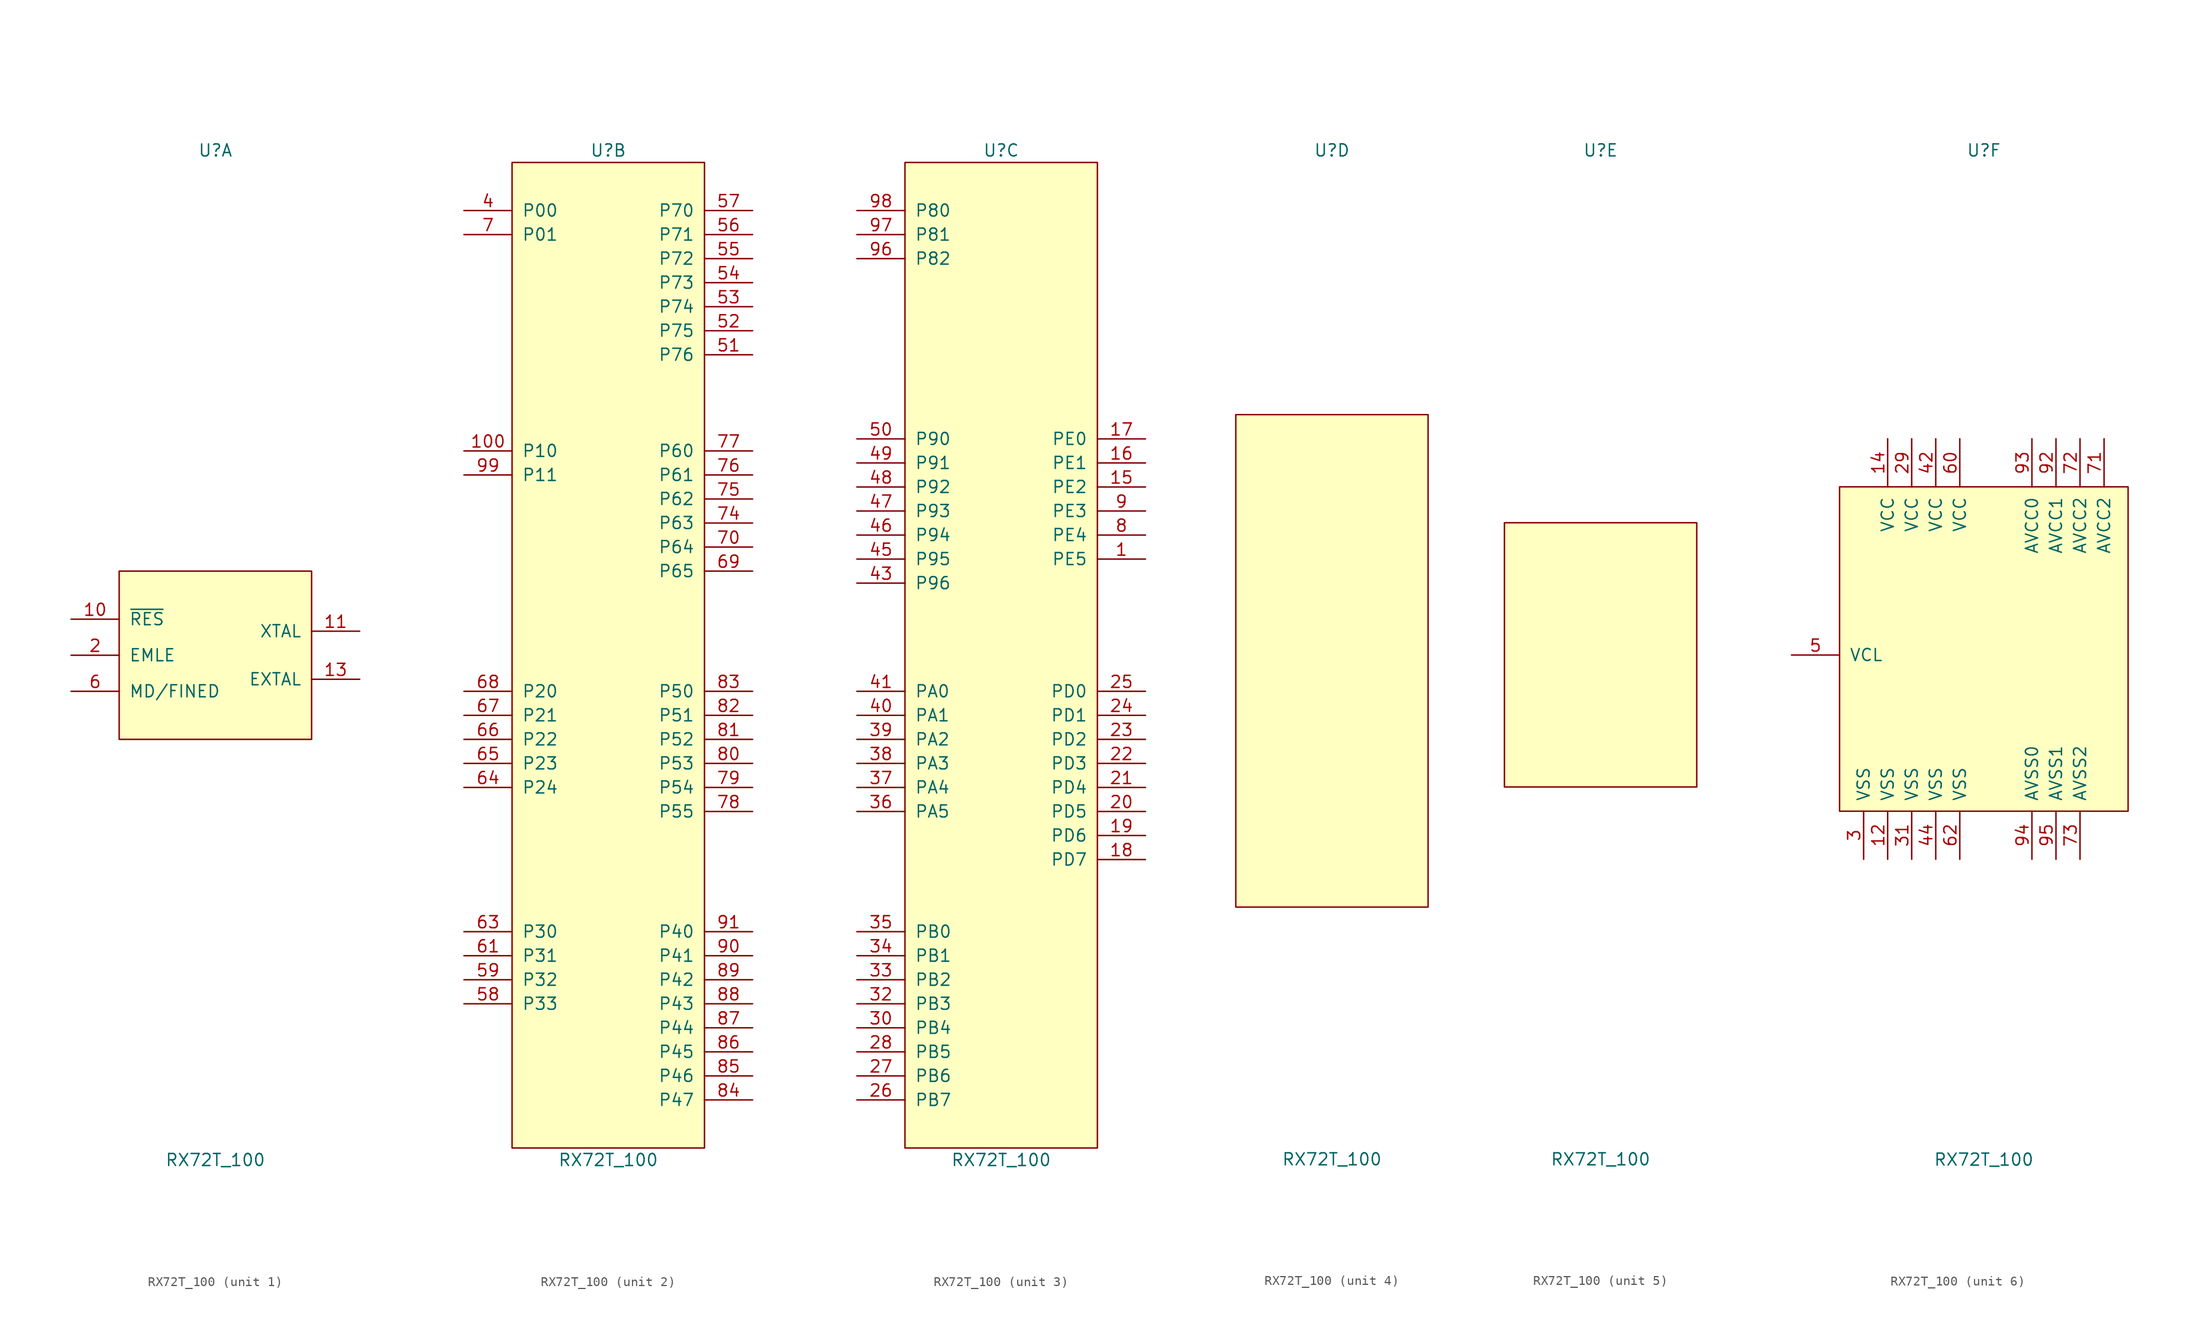
<source format=kicad_sym>
(kicad_symbol_lib
  (version 20211014)
  (generator kicad_symbol_editor)
  (symbol "RX72T_100"
    (pin_names
      (offset 1.016))
    (property "Reference" "U"
      (at 0 53.34 0)
      (effects (font (size 1.27 1.27))))
    (property "Value" "RX72T_100"
      (at 0 -53.34 0)
      (effects (font (size 1.27 1.27))))
    (property "ki_locked" ""
      (at 0 0 0)
      (effects (font (size 1.27 1.27))))
    (symbol "RX72T_100_1_1"
      (rectangle (start -10.16 8.89) (end 10.16 -8.89) (stroke (width 0) (type default) (color 0 0 0 0)) (fill (type background)))
      (pin input line (at -15.24 3.81 0) (length 5.08) (name "~{RES}" (effects (font (size 1.27 1.27)))) (number "10" (effects (font (size 1.27 1.27)))))
      (pin passive line (at 15.24 2.54 180) (length 5.08) (name "XTAL" (effects (font (size 1.27 1.27)))) (number "11" (effects (font (size 1.27 1.27)))))
      (pin passive line (at 15.24 -2.54 180) (length 5.08) (name "EXTAL" (effects (font (size 1.27 1.27)))) (number "13" (effects (font (size 1.27 1.27)))))
      (pin bidirectional line (at -15.24 0 0) (length 5.08) (name "EMLE" (effects (font (size 1.27 1.27)))) (number "2" (effects (font (size 1.27 1.27)))))
      (pin bidirectional line (at -15.24 -3.81 0) (length 5.08) (name "MD/FINED" (effects (font (size 1.27 1.27)))) (number "6" (effects (font (size 1.27 1.27))))))
    (symbol "RX72T_100_2_1"
      (rectangle (start -10.16 52.07) (end 10.16 -52.07) (stroke (width 0) (type default) (color 0 0 0 0)) (fill (type background)))
      (pin bidirectional line (at -15.24 21.59 0) (length 5.08) (name "P10" (effects (font (size 1.27 1.27)))) (number "100" (effects (font (size 1.27 1.27)))))
      (pin bidirectional line (at -15.24 46.99 0) (length 5.08) (name "P00" (effects (font (size 1.27 1.27)))) (number "4" (effects (font (size 1.27 1.27)))))
      (pin bidirectional line (at 15.24 31.75 180) (length 5.08) (name "P76" (effects (font (size 1.27 1.27)))) (number "51" (effects (font (size 1.27 1.27)))))
      (pin bidirectional line (at 15.24 34.29 180) (length 5.08) (name "P75" (effects (font (size 1.27 1.27)))) (number "52" (effects (font (size 1.27 1.27)))))
      (pin bidirectional line (at 15.24 36.83 180) (length 5.08) (name "P74" (effects (font (size 1.27 1.27)))) (number "53" (effects (font (size 1.27 1.27)))))
      (pin bidirectional line (at 15.24 39.37 180) (length 5.08) (name "P73" (effects (font (size 1.27 1.27)))) (number "54" (effects (font (size 1.27 1.27)))))
      (pin bidirectional line (at 15.24 41.91 180) (length 5.08) (name "P72" (effects (font (size 1.27 1.27)))) (number "55" (effects (font (size 1.27 1.27)))))
      (pin bidirectional line (at 15.24 44.45 180) (length 5.08) (name "P71" (effects (font (size 1.27 1.27)))) (number "56" (effects (font (size 1.27 1.27)))))
      (pin bidirectional line (at 15.24 46.99 180) (length 5.08) (name "P70" (effects (font (size 1.27 1.27)))) (number "57" (effects (font (size 1.27 1.27)))))
      (pin bidirectional line (at -15.24 -36.83 0) (length 5.08) (name "P33" (effects (font (size 1.27 1.27)))) (number "58" (effects (font (size 1.27 1.27)))))
      (pin bidirectional line (at -15.24 -34.29 0) (length 5.08) (name "P32" (effects (font (size 1.27 1.27)))) (number "59" (effects (font (size 1.27 1.27)))))
      (pin bidirectional line (at -15.24 -31.75 0) (length 5.08) (name "P31" (effects (font (size 1.27 1.27)))) (number "61" (effects (font (size 1.27 1.27)))))
      (pin bidirectional line (at -15.24 -29.21 0) (length 5.08) (name "P30" (effects (font (size 1.27 1.27)))) (number "63" (effects (font (size 1.27 1.27)))))
      (pin bidirectional line (at -15.24 -13.97 0) (length 5.08) (name "P24" (effects (font (size 1.27 1.27)))) (number "64" (effects (font (size 1.27 1.27)))))
      (pin bidirectional line (at -15.24 -11.43 0) (length 5.08) (name "P23" (effects (font (size 1.27 1.27)))) (number "65" (effects (font (size 1.27 1.27)))))
      (pin bidirectional line (at -15.24 -8.89 0) (length 5.08) (name "P22" (effects (font (size 1.27 1.27)))) (number "66" (effects (font (size 1.27 1.27)))))
      (pin bidirectional line (at -15.24 -6.35 0) (length 5.08) (name "P21" (effects (font (size 1.27 1.27)))) (number "67" (effects (font (size 1.27 1.27)))))
      (pin bidirectional line (at -15.24 -3.81 0) (length 5.08) (name "P20" (effects (font (size 1.27 1.27)))) (number "68" (effects (font (size 1.27 1.27)))))
      (pin bidirectional line (at 15.24 8.89 180) (length 5.08) (name "P65" (effects (font (size 1.27 1.27)))) (number "69" (effects (font (size 1.27 1.27)))))
      (pin bidirectional line (at -15.24 44.45 0) (length 5.08) (name "P01" (effects (font (size 1.27 1.27)))) (number "7" (effects (font (size 1.27 1.27)))))
      (pin bidirectional line (at 15.24 11.43 180) (length 5.08) (name "P64" (effects (font (size 1.27 1.27)))) (number "70" (effects (font (size 1.27 1.27)))))
      (pin bidirectional line (at 15.24 13.97 180) (length 5.08) (name "P63" (effects (font (size 1.27 1.27)))) (number "74" (effects (font (size 1.27 1.27)))))
      (pin bidirectional line (at 15.24 16.51 180) (length 5.08) (name "P62" (effects (font (size 1.27 1.27)))) (number "75" (effects (font (size 1.27 1.27)))))
      (pin bidirectional line (at 15.24 19.05 180) (length 5.08) (name "P61" (effects (font (size 1.27 1.27)))) (number "76" (effects (font (size 1.27 1.27)))))
      (pin bidirectional line (at 15.24 21.59 180) (length 5.08) (name "P60" (effects (font (size 1.27 1.27)))) (number "77" (effects (font (size 1.27 1.27)))))
      (pin bidirectional line (at 15.24 -16.51 180) (length 5.08) (name "P55" (effects (font (size 1.27 1.27)))) (number "78" (effects (font (size 1.27 1.27)))))
      (pin bidirectional line (at 15.24 -13.97 180) (length 5.08) (name "P54" (effects (font (size 1.27 1.27)))) (number "79" (effects (font (size 1.27 1.27)))))
      (pin bidirectional line (at 15.24 -11.43 180) (length 5.08) (name "P53" (effects (font (size 1.27 1.27)))) (number "80" (effects (font (size 1.27 1.27)))))
      (pin bidirectional line (at 15.24 -8.89 180) (length 5.08) (name "P52" (effects (font (size 1.27 1.27)))) (number "81" (effects (font (size 1.27 1.27)))))
      (pin bidirectional line (at 15.24 -6.35 180) (length 5.08) (name "P51" (effects (font (size 1.27 1.27)))) (number "82" (effects (font (size 1.27 1.27)))))
      (pin bidirectional line (at 15.24 -3.81 180) (length 5.08) (name "P50" (effects (font (size 1.27 1.27)))) (number "83" (effects (font (size 1.27 1.27)))))
      (pin bidirectional line (at 15.24 -46.99 180) (length 5.08) (name "P47" (effects (font (size 1.27 1.27)))) (number "84" (effects (font (size 1.27 1.27)))))
      (pin bidirectional line (at 15.24 -44.45 180) (length 5.08) (name "P46" (effects (font (size 1.27 1.27)))) (number "85" (effects (font (size 1.27 1.27)))))
      (pin bidirectional line (at 15.24 -41.91 180) (length 5.08) (name "P45" (effects (font (size 1.27 1.27)))) (number "86" (effects (font (size 1.27 1.27)))))
      (pin bidirectional line (at 15.24 -39.37 180) (length 5.08) (name "P44" (effects (font (size 1.27 1.27)))) (number "87" (effects (font (size 1.27 1.27)))))
      (pin bidirectional line (at 15.24 -36.83 180) (length 5.08) (name "P43" (effects (font (size 1.27 1.27)))) (number "88" (effects (font (size 1.27 1.27)))))
      (pin bidirectional line (at 15.24 -34.29 180) (length 5.08) (name "P42" (effects (font (size 1.27 1.27)))) (number "89" (effects (font (size 1.27 1.27)))))
      (pin bidirectional line (at 15.24 -31.75 180) (length 5.08) (name "P41" (effects (font (size 1.27 1.27)))) (number "90" (effects (font (size 1.27 1.27)))))
      (pin bidirectional line (at 15.24 -29.21 180) (length 5.08) (name "P40" (effects (font (size 1.27 1.27)))) (number "91" (effects (font (size 1.27 1.27)))))
      (pin bidirectional line (at -15.24 19.05 0) (length 5.08) (name "P11" (effects (font (size 1.27 1.27)))) (number "99" (effects (font (size 1.27 1.27))))))
    (symbol "RX72T_100_3_1"
      (rectangle (start -10.16 52.07) (end 10.16 -52.07) (stroke (width 0) (type default) (color 0 0 0 0)) (fill (type background)))
      (pin bidirectional line (at 15.24 10.16 180) (length 5.08) (name "PE5" (effects (font (size 1.27 1.27)))) (number "1" (effects (font (size 1.27 1.27)))))
      (pin bidirectional line (at 15.24 17.78 180) (length 5.08) (name "PE2" (effects (font (size 1.27 1.27)))) (number "15" (effects (font (size 1.27 1.27)))))
      (pin bidirectional line (at 15.24 20.32 180) (length 5.08) (name "PE1" (effects (font (size 1.27 1.27)))) (number "16" (effects (font (size 1.27 1.27)))))
      (pin bidirectional line (at 15.24 22.86 180) (length 5.08) (name "PE0" (effects (font (size 1.27 1.27)))) (number "17" (effects (font (size 1.27 1.27)))))
      (pin bidirectional line (at 15.24 -21.59 180) (length 5.08) (name "PD7" (effects (font (size 1.27 1.27)))) (number "18" (effects (font (size 1.27 1.27)))))
      (pin bidirectional line (at 15.24 -19.05 180) (length 5.08) (name "PD6" (effects (font (size 1.27 1.27)))) (number "19" (effects (font (size 1.27 1.27)))))
      (pin bidirectional line (at 15.24 -16.51 180) (length 5.08) (name "PD5" (effects (font (size 1.27 1.27)))) (number "20" (effects (font (size 1.27 1.27)))))
      (pin bidirectional line (at 15.24 -13.97 180) (length 5.08) (name "PD4" (effects (font (size 1.27 1.27)))) (number "21" (effects (font (size 1.27 1.27)))))
      (pin bidirectional line (at 15.24 -11.43 180) (length 5.08) (name "PD3" (effects (font (size 1.27 1.27)))) (number "22" (effects (font (size 1.27 1.27)))))
      (pin bidirectional line (at 15.24 -8.89 180) (length 5.08) (name "PD2" (effects (font (size 1.27 1.27)))) (number "23" (effects (font (size 1.27 1.27)))))
      (pin bidirectional line (at 15.24 -6.35 180) (length 5.08) (name "PD1" (effects (font (size 1.27 1.27)))) (number "24" (effects (font (size 1.27 1.27)))))
      (pin bidirectional line (at 15.24 -3.81 180) (length 5.08) (name "PD0" (effects (font (size 1.27 1.27)))) (number "25" (effects (font (size 1.27 1.27)))))
      (pin bidirectional line (at -15.24 -46.99 0) (length 5.08) (name "PB7" (effects (font (size 1.27 1.27)))) (number "26" (effects (font (size 1.27 1.27)))))
      (pin bidirectional line (at -15.24 -44.45 0) (length 5.08) (name "PB6" (effects (font (size 1.27 1.27)))) (number "27" (effects (font (size 1.27 1.27)))))
      (pin bidirectional line (at -15.24 -41.91 0) (length 5.08) (name "PB5" (effects (font (size 1.27 1.27)))) (number "28" (effects (font (size 1.27 1.27)))))
      (pin bidirectional line (at -15.24 -39.37 0) (length 5.08) (name "PB4" (effects (font (size 1.27 1.27)))) (number "30" (effects (font (size 1.27 1.27)))))
      (pin bidirectional line (at -15.24 -36.83 0) (length 5.08) (name "PB3" (effects (font (size 1.27 1.27)))) (number "32" (effects (font (size 1.27 1.27)))))
      (pin bidirectional line (at -15.24 -34.29 0) (length 5.08) (name "PB2" (effects (font (size 1.27 1.27)))) (number "33" (effects (font (size 1.27 1.27)))))
      (pin bidirectional line (at -15.24 -31.75 0) (length 5.08) (name "PB1" (effects (font (size 1.27 1.27)))) (number "34" (effects (font (size 1.27 1.27)))))
      (pin bidirectional line (at -15.24 -29.21 0) (length 5.08) (name "PB0" (effects (font (size 1.27 1.27)))) (number "35" (effects (font (size 1.27 1.27)))))
      (pin bidirectional line (at -15.24 -16.51 0) (length 5.08) (name "PA5" (effects (font (size 1.27 1.27)))) (number "36" (effects (font (size 1.27 1.27)))))
      (pin bidirectional line (at -15.24 -13.97 0) (length 5.08) (name "PA4" (effects (font (size 1.27 1.27)))) (number "37" (effects (font (size 1.27 1.27)))))
      (pin bidirectional line (at -15.24 -11.43 0) (length 5.08) (name "PA3" (effects (font (size 1.27 1.27)))) (number "38" (effects (font (size 1.27 1.27)))))
      (pin bidirectional line (at -15.24 -8.89 0) (length 5.08) (name "PA2" (effects (font (size 1.27 1.27)))) (number "39" (effects (font (size 1.27 1.27)))))
      (pin bidirectional line (at -15.24 -6.35 0) (length 5.08) (name "PA1" (effects (font (size 1.27 1.27)))) (number "40" (effects (font (size 1.27 1.27)))))
      (pin bidirectional line (at -15.24 -3.81 0) (length 5.08) (name "PA0" (effects (font (size 1.27 1.27)))) (number "41" (effects (font (size 1.27 1.27)))))
      (pin bidirectional line (at -15.24 7.62 0) (length 5.08) (name "P96" (effects (font (size 1.27 1.27)))) (number "43" (effects (font (size 1.27 1.27)))))
      (pin bidirectional line (at -15.24 10.16 0) (length 5.08) (name "P95" (effects (font (size 1.27 1.27)))) (number "45" (effects (font (size 1.27 1.27)))))
      (pin bidirectional line (at -15.24 12.7 0) (length 5.08) (name "P94" (effects (font (size 1.27 1.27)))) (number "46" (effects (font (size 1.27 1.27)))))
      (pin bidirectional line (at -15.24 15.24 0) (length 5.08) (name "P93" (effects (font (size 1.27 1.27)))) (number "47" (effects (font (size 1.27 1.27)))))
      (pin bidirectional line (at -15.24 17.78 0) (length 5.08) (name "P92" (effects (font (size 1.27 1.27)))) (number "48" (effects (font (size 1.27 1.27)))))
      (pin bidirectional line (at -15.24 20.32 0) (length 5.08) (name "P91" (effects (font (size 1.27 1.27)))) (number "49" (effects (font (size 1.27 1.27)))))
      (pin bidirectional line (at -15.24 22.86 0) (length 5.08) (name "P90" (effects (font (size 1.27 1.27)))) (number "50" (effects (font (size 1.27 1.27)))))
      (pin bidirectional line (at 15.24 12.7 180) (length 5.08) (name "PE4" (effects (font (size 1.27 1.27)))) (number "8" (effects (font (size 1.27 1.27)))))
      (pin bidirectional line (at 15.24 15.24 180) (length 5.08) (name "PE3" (effects (font (size 1.27 1.27)))) (number "9" (effects (font (size 1.27 1.27)))))
      (pin bidirectional line (at -15.24 41.91 0) (length 5.08) (name "P82" (effects (font (size 1.27 1.27)))) (number "96" (effects (font (size 1.27 1.27)))))
      (pin bidirectional line (at -15.24 44.45 0) (length 5.08) (name "P81" (effects (font (size 1.27 1.27)))) (number "97" (effects (font (size 1.27 1.27)))))
      (pin bidirectional line (at -15.24 46.99 0) (length 5.08) (name "P80" (effects (font (size 1.27 1.27)))) (number "98" (effects (font (size 1.27 1.27))))))
    (symbol "RX72T_100_4_1"
      (rectangle (start -10.16 25.4) (end 10.16 -26.67) (stroke (width 0) (type default) (color 0 0 0 0)) (fill (type background))))
    (symbol "RX72T_100_5_1"
      (rectangle (start -10.16 13.97) (end 10.16 -13.97) (stroke (width 0) (type default) (color 0 0 0 0)) (fill (type background))))
    (symbol "RX72T_100_6_1"
      (rectangle (start -15.24 17.78) (end 15.24 -16.51) (stroke (width 0) (type default) (color 0 0 0 0)) (fill (type background)))
      (pin power_in line (at -10.16 -21.59 90) (length 5.08) (name "VSS" (effects (font (size 1.27 1.27)))) (number "12" (effects (font (size 1.27 1.27)))))
      (pin power_in line (at -10.16 22.86 270) (length 5.08) (name "VCC" (effects (font (size 1.27 1.27)))) (number "14" (effects (font (size 1.27 1.27)))))
      (pin power_in line (at -7.62 22.86 270) (length 5.08) (name "VCC" (effects (font (size 1.27 1.27)))) (number "29" (effects (font (size 1.27 1.27)))))
      (pin power_in line (at -12.7 -21.59 90) (length 5.08) (name "VSS" (effects (font (size 1.27 1.27)))) (number "3" (effects (font (size 1.27 1.27)))))
      (pin power_in line (at -7.62 -21.59 90) (length 5.08) (name "VSS" (effects (font (size 1.27 1.27)))) (number "31" (effects (font (size 1.27 1.27)))))
      (pin power_in line (at -5.08 22.86 270) (length 5.08) (name "VCC" (effects (font (size 1.27 1.27)))) (number "42" (effects (font (size 1.27 1.27)))))
      (pin power_in line (at -5.08 -21.59 90) (length 5.08) (name "VSS" (effects (font (size 1.27 1.27)))) (number "44" (effects (font (size 1.27 1.27)))))
      (pin input line (at -20.32 0 0) (length 5.08) (name "VCL" (effects (font (size 1.27 1.27)))) (number "5" (effects (font (size 1.27 1.27)))))
      (pin power_in line (at -2.54 22.86 270) (length 5.08) (name "VCC" (effects (font (size 1.27 1.27)))) (number "60" (effects (font (size 1.27 1.27)))))
      (pin power_in line (at -2.54 -21.59 90) (length 5.08) (name "VSS" (effects (font (size 1.27 1.27)))) (number "62" (effects (font (size 1.27 1.27)))))
      (pin input line (at 12.7 22.86 270) (length 5.08) (name "AVCC2" (effects (font (size 1.27 1.27)))) (number "71" (effects (font (size 1.27 1.27)))))
      (pin input line (at 10.16 22.86 270) (length 5.08) (name "AVCC2" (effects (font (size 1.27 1.27)))) (number "72" (effects (font (size 1.27 1.27)))))
      (pin input line (at 10.16 -21.59 90) (length 5.08) (name "AVSS2" (effects (font (size 1.27 1.27)))) (number "73" (effects (font (size 1.27 1.27)))))
      (pin input line (at 7.62 22.86 270) (length 5.08) (name "AVCC1" (effects (font (size 1.27 1.27)))) (number "92" (effects (font (size 1.27 1.27)))))
      (pin input line (at 5.08 22.86 270) (length 5.08) (name "AVCC0" (effects (font (size 1.27 1.27)))) (number "93" (effects (font (size 1.27 1.27)))))
      (pin input line (at 5.08 -21.59 90) (length 5.08) (name "AVSS0" (effects (font (size 1.27 1.27)))) (number "94" (effects (font (size 1.27 1.27)))))
      (pin input line (at 7.62 -21.59 90) (length 5.08) (name "AVSS1" (effects (font (size 1.27 1.27)))) (number "95" (effects (font (size 1.27 1.27))))))))
</source>
